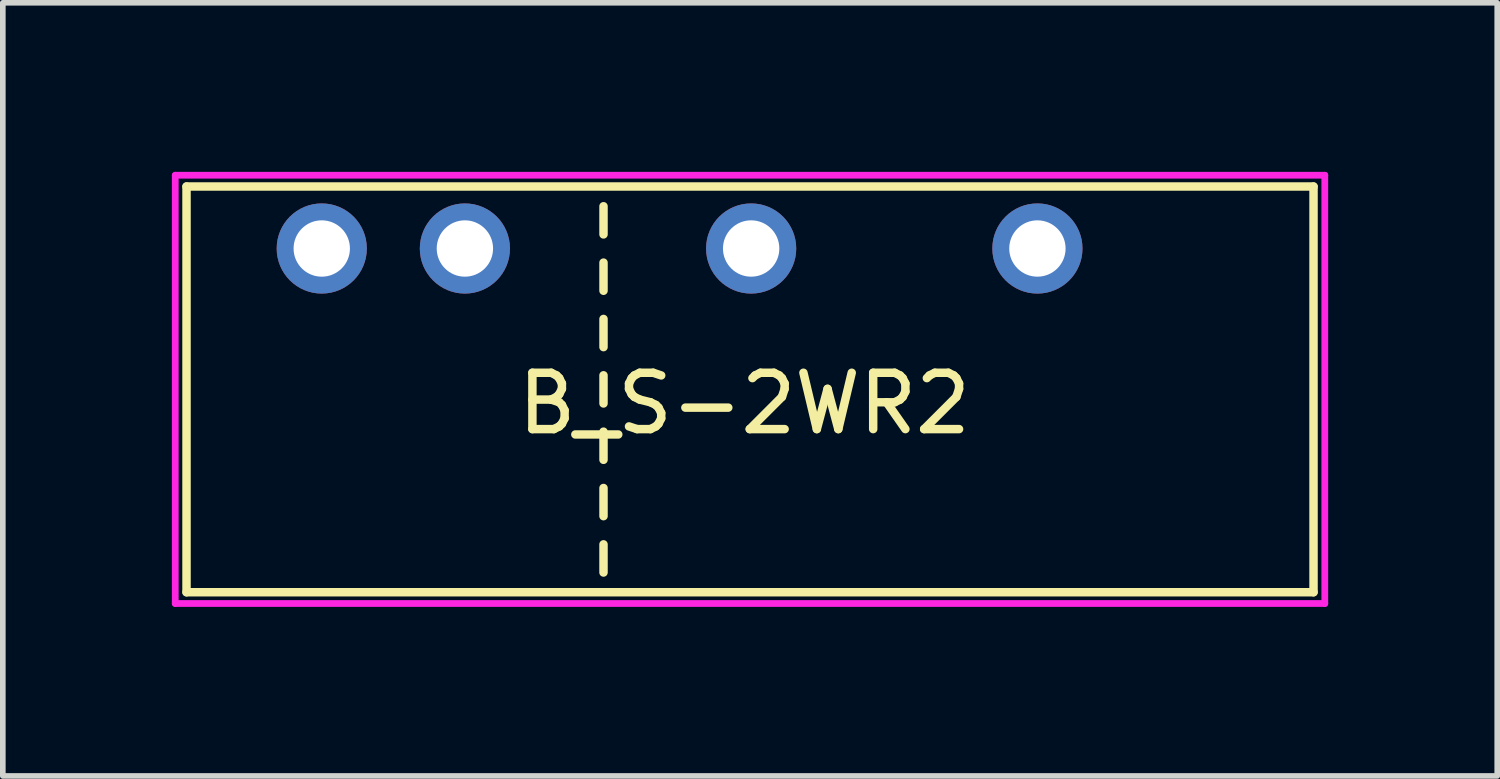
<source format=kicad_pcb>
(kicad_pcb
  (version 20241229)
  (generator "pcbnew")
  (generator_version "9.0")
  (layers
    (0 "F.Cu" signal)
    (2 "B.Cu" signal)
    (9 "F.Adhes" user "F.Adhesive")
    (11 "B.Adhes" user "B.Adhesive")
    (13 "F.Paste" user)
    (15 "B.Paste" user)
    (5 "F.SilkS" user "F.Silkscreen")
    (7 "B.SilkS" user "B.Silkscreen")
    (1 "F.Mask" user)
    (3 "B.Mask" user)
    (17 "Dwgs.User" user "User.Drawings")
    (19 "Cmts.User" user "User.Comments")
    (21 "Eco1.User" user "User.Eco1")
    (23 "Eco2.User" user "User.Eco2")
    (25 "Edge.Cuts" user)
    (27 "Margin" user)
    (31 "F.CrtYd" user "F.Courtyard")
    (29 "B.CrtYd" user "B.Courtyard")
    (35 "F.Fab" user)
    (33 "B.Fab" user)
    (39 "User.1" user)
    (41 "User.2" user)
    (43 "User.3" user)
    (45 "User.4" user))
  (footprint "B_S-2WR2"
    (layer "F.Cu")
    (at 2.66 1.36)
    (property "Reference" "B_S-2WR2" (at 7.5 2.75 0) (layer "F.SilkS") (effects (font (size 1 1) (thickness 0.15))))
    (attr through_hole)
    (fp_line (start -2.4 -1.1) (end -2.4 6.1) (stroke (width 0.15) (type solid)) (layer "F.SilkS"))
    (fp_line (start -2.4 -1.1) (end 17.6 -1.1) (stroke (width 0.15) (type solid)) (layer "F.SilkS"))
    (fp_line (start -2.4 6.1) (end 17.6 6.1) (stroke (width 0.15) (type solid)) (layer "F.SilkS"))
    (fp_line (start 5 -0.75) (end 5 -0.25) (stroke (width 0.15) (type solid)) (layer "F.SilkS"))
    (fp_line (start 5 0.25) (end 5 0.75) (stroke (width 0.15) (type solid)) (layer "F.SilkS"))
    (fp_line (start 5 1.25) (end 5 1.75) (stroke (width 0.15) (type solid)) (layer "F.SilkS"))
    (fp_line (start 5 2.25) (end 5 2.75) (stroke (width 0.15) (type solid)) (layer "F.SilkS"))
    (fp_line (start 5 3.25) (end 5 3.75) (stroke (width 0.15) (type solid)) (layer "F.SilkS"))
    (fp_line (start 5 4.25) (end 5 4.75) (stroke (width 0.15) (type solid)) (layer "F.SilkS"))
    (fp_line (start 5 5.25) (end 5 5.75) (stroke (width 0.15) (type solid)) (layer "F.SilkS"))
    (fp_line (start 17.6 -1.1) (end 17.6 6.1) (stroke (width 0.15) (type solid)) (layer "F.SilkS"))
    (fp_line (start -2.6 -1.3) (end -2.6 6.3) (stroke (width 0.12) (type solid)) (layer "F.CrtYd"))
    (fp_line (start -2.6 6.3) (end 17.8 6.3) (stroke (width 0.12) (type solid)) (layer "F.CrtYd"))
    (fp_line (start 17.8 -1.3) (end -2.6 -1.3) (stroke (width 0.12) (type solid)) (layer "F.CrtYd"))
    (fp_line (start 17.8 6.3) (end 17.8 -1.3) (stroke (width 0.12) (type solid)) (layer "F.CrtYd"))
    (pad "1" thru_hole circle (at 0 0) (size 1.6 1.6) (drill 1) (layers "*.Cu" "*.Mask"))
    (pad "2" thru_hole circle (at 2.54 0) (size 1.6 1.6) (drill 1) (layers "*.Cu" "*.Mask"))
    (pad "4" thru_hole circle (at 7.62 0) (size 1.6 1.6) (drill 1) (layers "*.Cu" "*.Mask"))
    (pad "6" thru_hole circle (at 12.7 0) (size 1.6 1.6) (drill 1) (layers "*.Cu" "*.Mask")))
  (gr_rect
    (start -3 -3)
    (end 23.52 10.72)
    (stroke (width 0.1) (type default))
    (fill no)
    (layer "Edge.Cuts")))
</source>
